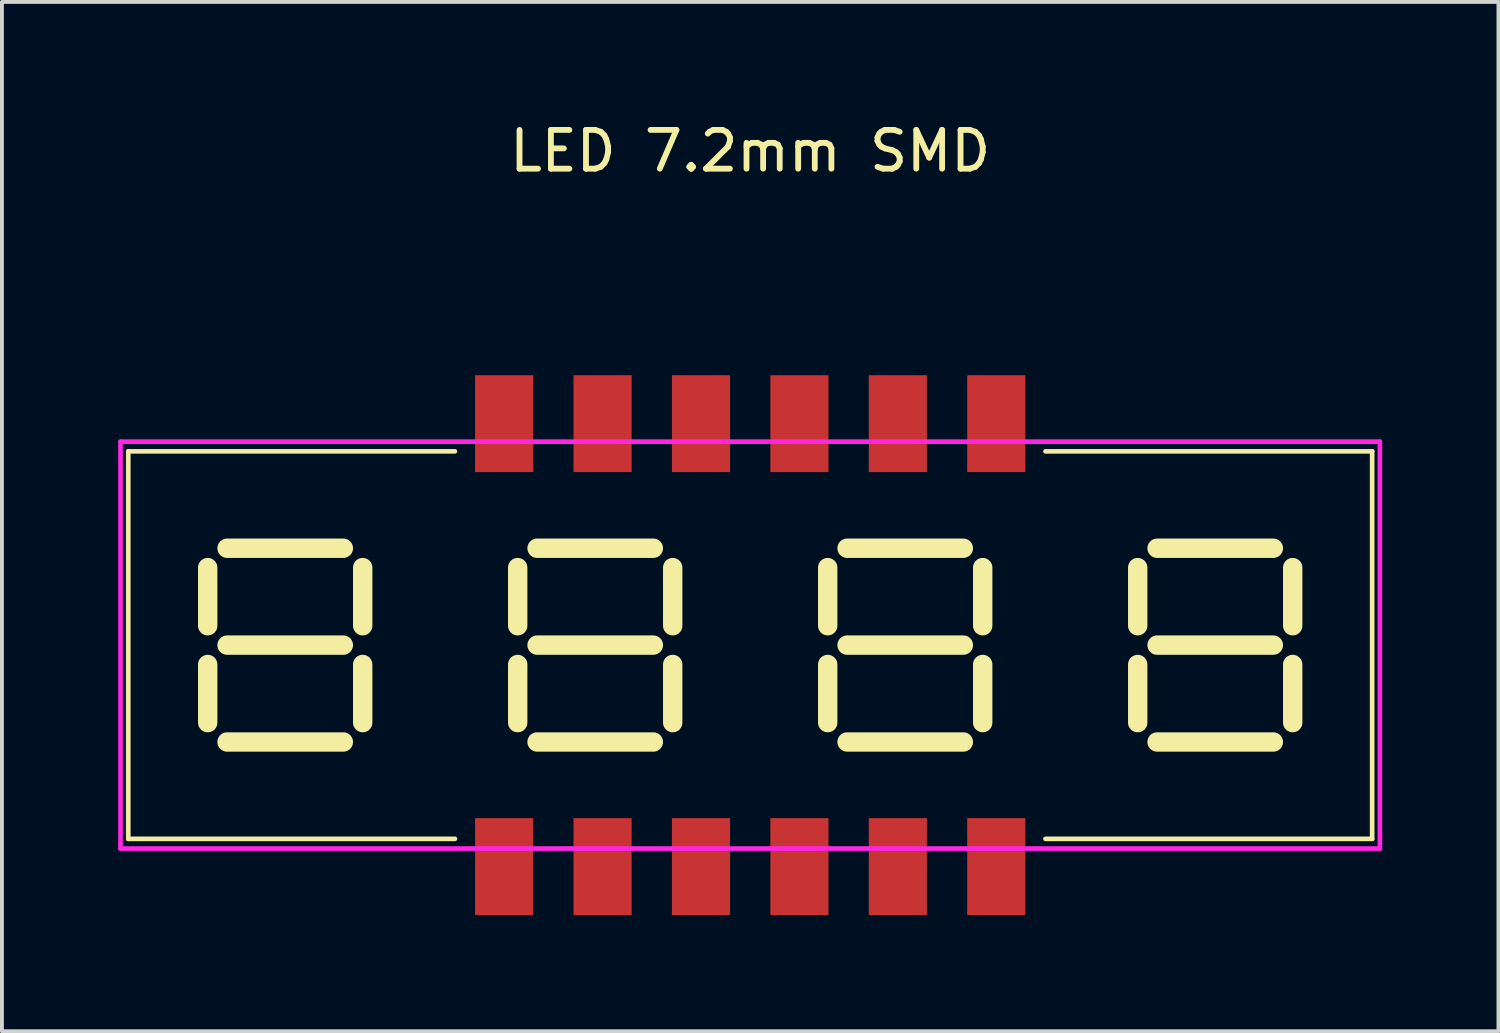
<source format=kicad_pcb>
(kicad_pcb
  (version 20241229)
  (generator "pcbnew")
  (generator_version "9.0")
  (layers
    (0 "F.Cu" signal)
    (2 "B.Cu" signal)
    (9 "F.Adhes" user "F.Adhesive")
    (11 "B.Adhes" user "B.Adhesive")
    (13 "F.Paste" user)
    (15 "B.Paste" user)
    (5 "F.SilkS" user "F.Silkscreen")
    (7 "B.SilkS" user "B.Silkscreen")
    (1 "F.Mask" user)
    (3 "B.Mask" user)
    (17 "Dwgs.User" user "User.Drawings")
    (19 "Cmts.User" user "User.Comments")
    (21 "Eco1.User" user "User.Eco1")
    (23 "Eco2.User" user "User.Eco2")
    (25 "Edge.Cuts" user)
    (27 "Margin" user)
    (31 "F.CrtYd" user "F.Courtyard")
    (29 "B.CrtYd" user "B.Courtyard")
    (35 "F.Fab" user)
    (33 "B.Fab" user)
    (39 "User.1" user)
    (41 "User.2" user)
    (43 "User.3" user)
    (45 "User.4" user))
  (footprint "LED 7.2mm SMD"
    (layer "F.Cu")
    (at 16.31 13.598)
    (property "Reference" "LED 7.2mm SMD" (at 0 -12.75 0) (unlocked yes) (layer "F.SilkS") (effects (font (size 1 1) (thickness 0.15))))
    (attr smd)
    (fp_line (start -16.05 5) (end -16.05 -5) (stroke (width 0.12) (type solid)) (layer "F.SilkS"))
    (fp_line (start -14 -2) (end -14 -0.5) (stroke (width 0.5) (type solid)) (layer "F.SilkS"))
    (fp_line (start -14 0.5) (end -14 2) (stroke (width 0.5) (type solid)) (layer "F.SilkS"))
    (fp_line (start -13.5 -2.5) (end -10.5 -2.5) (stroke (width 0.5) (type solid)) (layer "F.SilkS"))
    (fp_line (start -13.5 0) (end -10.5 0) (stroke (width 0.5) (type solid)) (layer "F.SilkS"))
    (fp_line (start -13.5 2.5) (end -10.5 2.5) (stroke (width 0.5) (type solid)) (layer "F.SilkS"))
    (fp_line (start -10 -2) (end -10 -0.5) (stroke (width 0.5) (type solid)) (layer "F.SilkS"))
    (fp_line (start -10 0.5) (end -10 2) (stroke (width 0.5) (type solid)) (layer "F.SilkS"))
    (fp_line (start -7.62 -5) (end -16.05 -5) (stroke (width 0.12) (type solid)) (layer "F.SilkS"))
    (fp_line (start -7.62 5) (end -16.05 5) (stroke (width 0.12) (type solid)) (layer "F.SilkS"))
    (fp_line (start -6 -2) (end -6 -0.5) (stroke (width 0.5) (type solid)) (layer "F.SilkS"))
    (fp_line (start -6 0.5) (end -6 2) (stroke (width 0.5) (type solid)) (layer "F.SilkS"))
    (fp_line (start -5.5 -2.5) (end -2.5 -2.5) (stroke (width 0.5) (type solid)) (layer "F.SilkS"))
    (fp_line (start -5.5 0) (end -2.5 0) (stroke (width 0.5) (type solid)) (layer "F.SilkS"))
    (fp_line (start -5.5 2.5) (end -2.5 2.5) (stroke (width 0.5) (type solid)) (layer "F.SilkS"))
    (fp_line (start -2 -2) (end -2 -0.5) (stroke (width 0.5) (type solid)) (layer "F.SilkS"))
    (fp_line (start -2 0.5) (end -2 2) (stroke (width 0.5) (type solid)) (layer "F.SilkS"))
    (fp_line (start 2 -2) (end 2 -0.5) (stroke (width 0.5) (type solid)) (layer "F.SilkS"))
    (fp_line (start 2 0.5) (end 2 2) (stroke (width 0.5) (type solid)) (layer "F.SilkS"))
    (fp_line (start 2.5 -2.5) (end 5.5 -2.5) (stroke (width 0.5) (type solid)) (layer "F.SilkS"))
    (fp_line (start 2.5 0) (end 5.5 0) (stroke (width 0.5) (type solid)) (layer "F.SilkS"))
    (fp_line (start 2.5 2.5) (end 5.5 2.5) (stroke (width 0.5) (type solid)) (layer "F.SilkS"))
    (fp_line (start 6 -2) (end 6 -0.5) (stroke (width 0.5) (type solid)) (layer "F.SilkS"))
    (fp_line (start 6 0.5) (end 6 2) (stroke (width 0.5) (type solid)) (layer "F.SilkS"))
    (fp_line (start 7.62 -5) (end 16.05 -5) (stroke (width 0.12) (type solid)) (layer "F.SilkS"))
    (fp_line (start 7.62 5) (end 16.05 5) (stroke (width 0.12) (type solid)) (layer "F.SilkS"))
    (fp_line (start 10 -2) (end 10 -0.5) (stroke (width 0.5) (type solid)) (layer "F.SilkS"))
    (fp_line (start 10 0.5) (end 10 2) (stroke (width 0.5) (type solid)) (layer "F.SilkS"))
    (fp_line (start 10.5 -2.5) (end 13.5 -2.5) (stroke (width 0.5) (type solid)) (layer "F.SilkS"))
    (fp_line (start 10.5 0) (end 13.5 0) (stroke (width 0.5) (type solid)) (layer "F.SilkS"))
    (fp_line (start 10.5 2.5) (end 13.5 2.5) (stroke (width 0.5) (type solid)) (layer "F.SilkS"))
    (fp_line (start 14 -2) (end 14 -0.5) (stroke (width 0.5) (type solid)) (layer "F.SilkS"))
    (fp_line (start 14 0.5) (end 14 2) (stroke (width 0.5) (type solid)) (layer "F.SilkS"))
    (fp_line (start 16.05 -5) (end 16.05 5) (stroke (width 0.12) (type solid)) (layer "F.SilkS"))
    (fp_line (start -16.25 -5.25) (end -16.25 5.25) (stroke (width 0.12) (type solid)) (layer "F.CrtYd"))
    (fp_line (start -16.25 5.25) (end 16.25 5.25) (stroke (width 0.12) (type solid)) (layer "F.CrtYd"))
    (fp_line (start 16.25 -5.25) (end -16.25 -5.25) (stroke (width 0.12) (type solid)) (layer "F.CrtYd"))
    (fp_line (start 16.25 5.25) (end 16.25 -5.25) (stroke (width 0.12) (type solid)) (layer "F.CrtYd"))
    (fp_line (start -8.05 -5) (end -8.05 5) (stroke (width 0.12) (type solid)) (layer "User.2"))
    (fp_line (start 0 -5) (end 0 5) (stroke (width 0.12) (type solid)) (layer "User.2"))
    (fp_line (start 8.05 -5) (end 8.05 5) (stroke (width 0.12) (type solid)) (layer "User.2"))
    (pad "1" smd rect (at -6.35 5.715) (size 1.5 2.5) (layers "F.Cu" "F.Mask" "F.Paste"))
    (pad "2" smd rect (at -3.81 5.715) (size 1.5 2.5) (layers "F.Cu" "F.Mask" "F.Paste"))
    (pad "3" smd rect (at -1.27 5.715) (size 1.5 2.5) (layers "F.Cu" "F.Mask" "F.Paste"))
    (pad "4" smd rect (at 1.27 5.715) (size 1.5 2.5) (layers "F.Cu" "F.Mask" "F.Paste"))
    (pad "5" smd rect (at 3.81 5.715) (size 1.5 2.5) (layers "F.Cu" "F.Mask" "F.Paste"))
    (pad "6" smd rect (at 6.35 5.715) (size 1.5 2.5) (layers "F.Cu" "F.Mask" "F.Paste"))
    (pad "7" smd rect (at 6.35 -5.715) (size 1.5 2.5) (layers "F.Cu" "F.Mask" "F.Paste"))
    (pad "8" smd rect (at 3.81 -5.715) (size 1.5 2.5) (layers "F.Cu" "F.Mask" "F.Paste"))
    (pad "9" smd rect (at 1.27 -5.715) (size 1.5 2.5) (layers "F.Cu" "F.Mask" "F.Paste"))
    (pad "10" smd rect (at -1.27 -5.715) (size 1.5 2.5) (layers "F.Cu" "F.Mask" "F.Paste"))
    (pad "11" smd rect (at -3.81 -5.715) (size 1.5 2.5) (layers "F.Cu" "F.Mask" "F.Paste"))
    (pad "12" smd rect (at -6.35 -5.715) (size 1.5 2.5) (layers "F.Cu" "F.Mask" "F.Paste")))
  (gr_rect
    (start -3 -3)
    (end 35.62 23.563)
    (stroke (width 0.1) (type default))
    (fill no)
    (layer "Edge.Cuts")))
</source>
